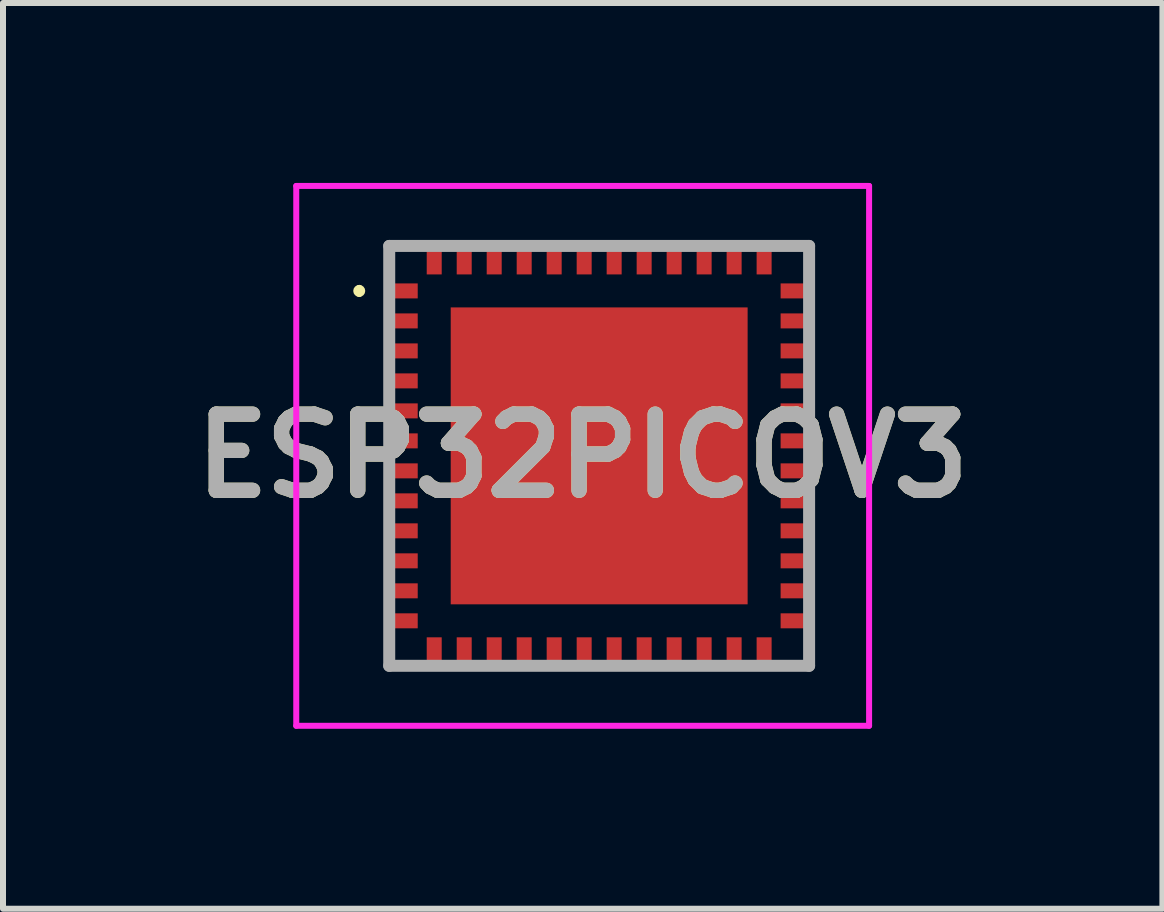
<source format=kicad_pcb>
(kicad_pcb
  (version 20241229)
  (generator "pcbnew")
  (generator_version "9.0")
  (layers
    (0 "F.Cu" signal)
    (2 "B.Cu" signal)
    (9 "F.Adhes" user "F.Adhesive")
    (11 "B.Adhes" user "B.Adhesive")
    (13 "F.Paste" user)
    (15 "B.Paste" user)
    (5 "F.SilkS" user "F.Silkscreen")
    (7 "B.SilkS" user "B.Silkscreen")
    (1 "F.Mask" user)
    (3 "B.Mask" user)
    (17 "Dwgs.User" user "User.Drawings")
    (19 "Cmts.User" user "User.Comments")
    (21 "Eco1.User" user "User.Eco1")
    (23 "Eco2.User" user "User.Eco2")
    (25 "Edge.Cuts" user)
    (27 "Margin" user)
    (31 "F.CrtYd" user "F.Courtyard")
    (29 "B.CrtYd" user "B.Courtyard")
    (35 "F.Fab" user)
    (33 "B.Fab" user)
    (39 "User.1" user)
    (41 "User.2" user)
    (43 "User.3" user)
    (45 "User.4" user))
  (footprint "ESP32PICOV3"
    (layer "F.Cu")
    (at 6.939 4.55)
    (property "Reference" "ESP32PICOV3" (at -0.275 0 0) (layer "F.SilkS") (effects (font (size 1.27 1.27) (thickness 0.254))))
    (attr smd)
    (fp_line (start -4 -2.8) (end -4 -2.8) (stroke (width 0.1) (type solid)) (layer "F.SilkS"))
    (fp_line (start -4 -2.7) (end -4 -2.7) (stroke (width 0.1) (type solid)) (layer "F.SilkS"))
    (fp_arc (start -4 -2.8) (mid -3.95 -2.75) (end -4 -2.7) (stroke (width 0.1) (type solid)) (layer "F.SilkS"))
    (fp_arc (start -4 -2.7) (mid -4.05 -2.75) (end -4 -2.8) (stroke (width 0.1) (type solid)) (layer "F.SilkS"))
    (fp_line (start -5.05 -4.5) (end 4.5 -4.5) (stroke (width 0.1) (type solid)) (layer "F.CrtYd"))
    (fp_line (start -5.05 4.5) (end -5.05 -4.5) (stroke (width 0.1) (type solid)) (layer "F.CrtYd"))
    (fp_line (start 4.5 -4.5) (end 4.5 4.5) (stroke (width 0.1) (type solid)) (layer "F.CrtYd"))
    (fp_line (start 4.5 4.5) (end -5.05 4.5) (stroke (width 0.1) (type solid)) (layer "F.CrtYd"))
    (fp_line (start -3.5 -3.5) (end 3.5 -3.5) (stroke (width 0.2) (type solid)) (layer "F.Fab"))
    (fp_line (start -3.5 3.5) (end -3.5 -3.5) (stroke (width 0.2) (type solid)) (layer "F.Fab"))
    (fp_line (start 3.5 -3.5) (end 3.5 3.5) (stroke (width 0.2) (type solid)) (layer "F.Fab"))
    (fp_line (start 3.5 3.5) (end -3.5 3.5) (stroke (width 0.2) (type solid)) (layer "F.Fab"))
    (fp_text user "${REFERENCE}" (at -0.275 0 0) (layer "F.Fab") (effects (font (size 1.27 1.27) (thickness 0.254))))
    (pad "1" smd rect (at -3.225 -2.75 90) (size 0.25 0.4) (layers "F.Cu" "F.Mask" "F.Paste"))
    (pad "2" smd rect (at -3.225 -2.25 90) (size 0.25 0.4) (layers "F.Cu" "F.Mask" "F.Paste"))
    (pad "3" smd rect (at -3.225 -1.75 90) (size 0.25 0.4) (layers "F.Cu" "F.Mask" "F.Paste"))
    (pad "4" smd rect (at -3.225 -1.25 90) (size 0.25 0.4) (layers "F.Cu" "F.Mask" "F.Paste"))
    (pad "5" smd rect (at -3.225 -0.75 90) (size 0.25 0.4) (layers "F.Cu" "F.Mask" "F.Paste"))
    (pad "6" smd rect (at -3.225 -0.25 90) (size 0.25 0.4) (layers "F.Cu" "F.Mask" "F.Paste"))
    (pad "7" smd rect (at -3.225 0.25 90) (size 0.25 0.4) (layers "F.Cu" "F.Mask" "F.Paste"))
    (pad "8" smd rect (at -3.225 0.75 90) (size 0.25 0.4) (layers "F.Cu" "F.Mask" "F.Paste"))
    (pad "9" smd rect (at -3.225 1.25 90) (size 0.25 0.4) (layers "F.Cu" "F.Mask" "F.Paste"))
    (pad "10" smd rect (at -3.225 1.75 90) (size 0.25 0.4) (layers "F.Cu" "F.Mask" "F.Paste"))
    (pad "11" smd rect (at -3.225 2.25 90) (size 0.25 0.4) (layers "F.Cu" "F.Mask" "F.Paste"))
    (pad "12" smd rect (at -3.225 2.75 90) (size 0.25 0.4) (layers "F.Cu" "F.Mask" "F.Paste"))
    (pad "13" smd rect (at -2.75 3.225) (size 0.25 0.4) (layers "F.Cu" "F.Mask" "F.Paste"))
    (pad "14" smd rect (at -2.25 3.225) (size 0.25 0.4) (layers "F.Cu" "F.Mask" "F.Paste"))
    (pad "15" smd rect (at -1.75 3.225) (size 0.25 0.4) (layers "F.Cu" "F.Mask" "F.Paste"))
    (pad "16" smd rect (at -1.25 3.225) (size 0.25 0.4) (layers "F.Cu" "F.Mask" "F.Paste"))
    (pad "17" smd rect (at -0.75 3.225) (size 0.25 0.4) (layers "F.Cu" "F.Mask" "F.Paste"))
    (pad "18" smd rect (at -0.25 3.225) (size 0.25 0.4) (layers "F.Cu" "F.Mask" "F.Paste"))
    (pad "19" smd rect (at 0.25 3.225) (size 0.25 0.4) (layers "F.Cu" "F.Mask" "F.Paste"))
    (pad "20" smd rect (at 0.75 3.225) (size 0.25 0.4) (layers "F.Cu" "F.Mask" "F.Paste"))
    (pad "21" smd rect (at 1.25 3.225) (size 0.25 0.4) (layers "F.Cu" "F.Mask" "F.Paste"))
    (pad "22" smd rect (at 1.75 3.225) (size 0.25 0.4) (layers "F.Cu" "F.Mask" "F.Paste"))
    (pad "23" smd rect (at 2.25 3.225) (size 0.25 0.4) (layers "F.Cu" "F.Mask" "F.Paste"))
    (pad "24" smd rect (at 2.75 3.225) (size 0.25 0.4) (layers "F.Cu" "F.Mask" "F.Paste"))
    (pad "25" smd rect (at 3.225 2.75 90) (size 0.25 0.4) (layers "F.Cu" "F.Mask" "F.Paste"))
    (pad "26" smd rect (at 3.225 2.25 90) (size 0.25 0.4) (layers "F.Cu" "F.Mask" "F.Paste"))
    (pad "27" smd rect (at 3.225 1.75 90) (size 0.25 0.4) (layers "F.Cu" "F.Mask" "F.Paste"))
    (pad "28" smd rect (at 3.225 1.25 90) (size 0.25 0.4) (layers "F.Cu" "F.Mask" "F.Paste"))
    (pad "29" smd rect (at 3.225 0.75 90) (size 0.25 0.4) (layers "F.Cu" "F.Mask" "F.Paste"))
    (pad "30" smd rect (at 3.225 0.25 90) (size 0.25 0.4) (layers "F.Cu" "F.Mask" "F.Paste"))
    (pad "31" smd rect (at 3.225 -0.25 90) (size 0.25 0.4) (layers "F.Cu" "F.Mask" "F.Paste"))
    (pad "32" smd rect (at 3.225 -0.75 90) (size 0.25 0.4) (layers "F.Cu" "F.Mask" "F.Paste"))
    (pad "33" smd rect (at 3.225 -1.25 90) (size 0.25 0.4) (layers "F.Cu" "F.Mask" "F.Paste"))
    (pad "34" smd rect (at 3.225 -1.75 90) (size 0.25 0.4) (layers "F.Cu" "F.Mask" "F.Paste"))
    (pad "35" smd rect (at 3.225 -2.25 90) (size 0.25 0.4) (layers "F.Cu" "F.Mask" "F.Paste"))
    (pad "36" smd rect (at 3.225 -2.75 90) (size 0.25 0.4) (layers "F.Cu" "F.Mask" "F.Paste"))
    (pad "37" smd rect (at 2.75 -3.225) (size 0.25 0.4) (layers "F.Cu" "F.Mask" "F.Paste"))
    (pad "38" smd rect (at 2.25 -3.225) (size 0.25 0.4) (layers "F.Cu" "F.Mask" "F.Paste"))
    (pad "39" smd rect (at 1.75 -3.225) (size 0.25 0.4) (layers "F.Cu" "F.Mask" "F.Paste"))
    (pad "40" smd rect (at 1.25 -3.225) (size 0.25 0.4) (layers "F.Cu" "F.Mask" "F.Paste"))
    (pad "41" smd rect (at 0.75 -3.225) (size 0.25 0.4) (layers "F.Cu" "F.Mask" "F.Paste"))
    (pad "42" smd rect (at 0.25 -3.225) (size 0.25 0.4) (layers "F.Cu" "F.Mask" "F.Paste"))
    (pad "43" smd rect (at -0.25 -3.225) (size 0.25 0.4) (layers "F.Cu" "F.Mask" "F.Paste"))
    (pad "44" smd rect (at -0.75 -3.225) (size 0.25 0.4) (layers "F.Cu" "F.Mask" "F.Paste"))
    (pad "45" smd rect (at -1.25 -3.225) (size 0.25 0.4) (layers "F.Cu" "F.Mask" "F.Paste"))
    (pad "46" smd rect (at -1.75 -3.225) (size 0.25 0.4) (layers "F.Cu" "F.Mask" "F.Paste"))
    (pad "47" smd rect (at -2.25 -3.225) (size 0.25 0.4) (layers "F.Cu" "F.Mask" "F.Paste"))
    (pad "48" smd rect (at -2.75 -3.225) (size 0.25 0.4) (layers "F.Cu" "F.Mask" "F.Paste"))
    (pad "49" smd rect (at 0 0) (size 4.95 4.95) (layers "F.Cu" "F.Mask" "F.Paste")))
  (gr_rect
    (start -3 -3)
    (end 16.329 12.1)
    (stroke (width 0.1) (type default))
    (fill no)
    (layer "Edge.Cuts")))
</source>
